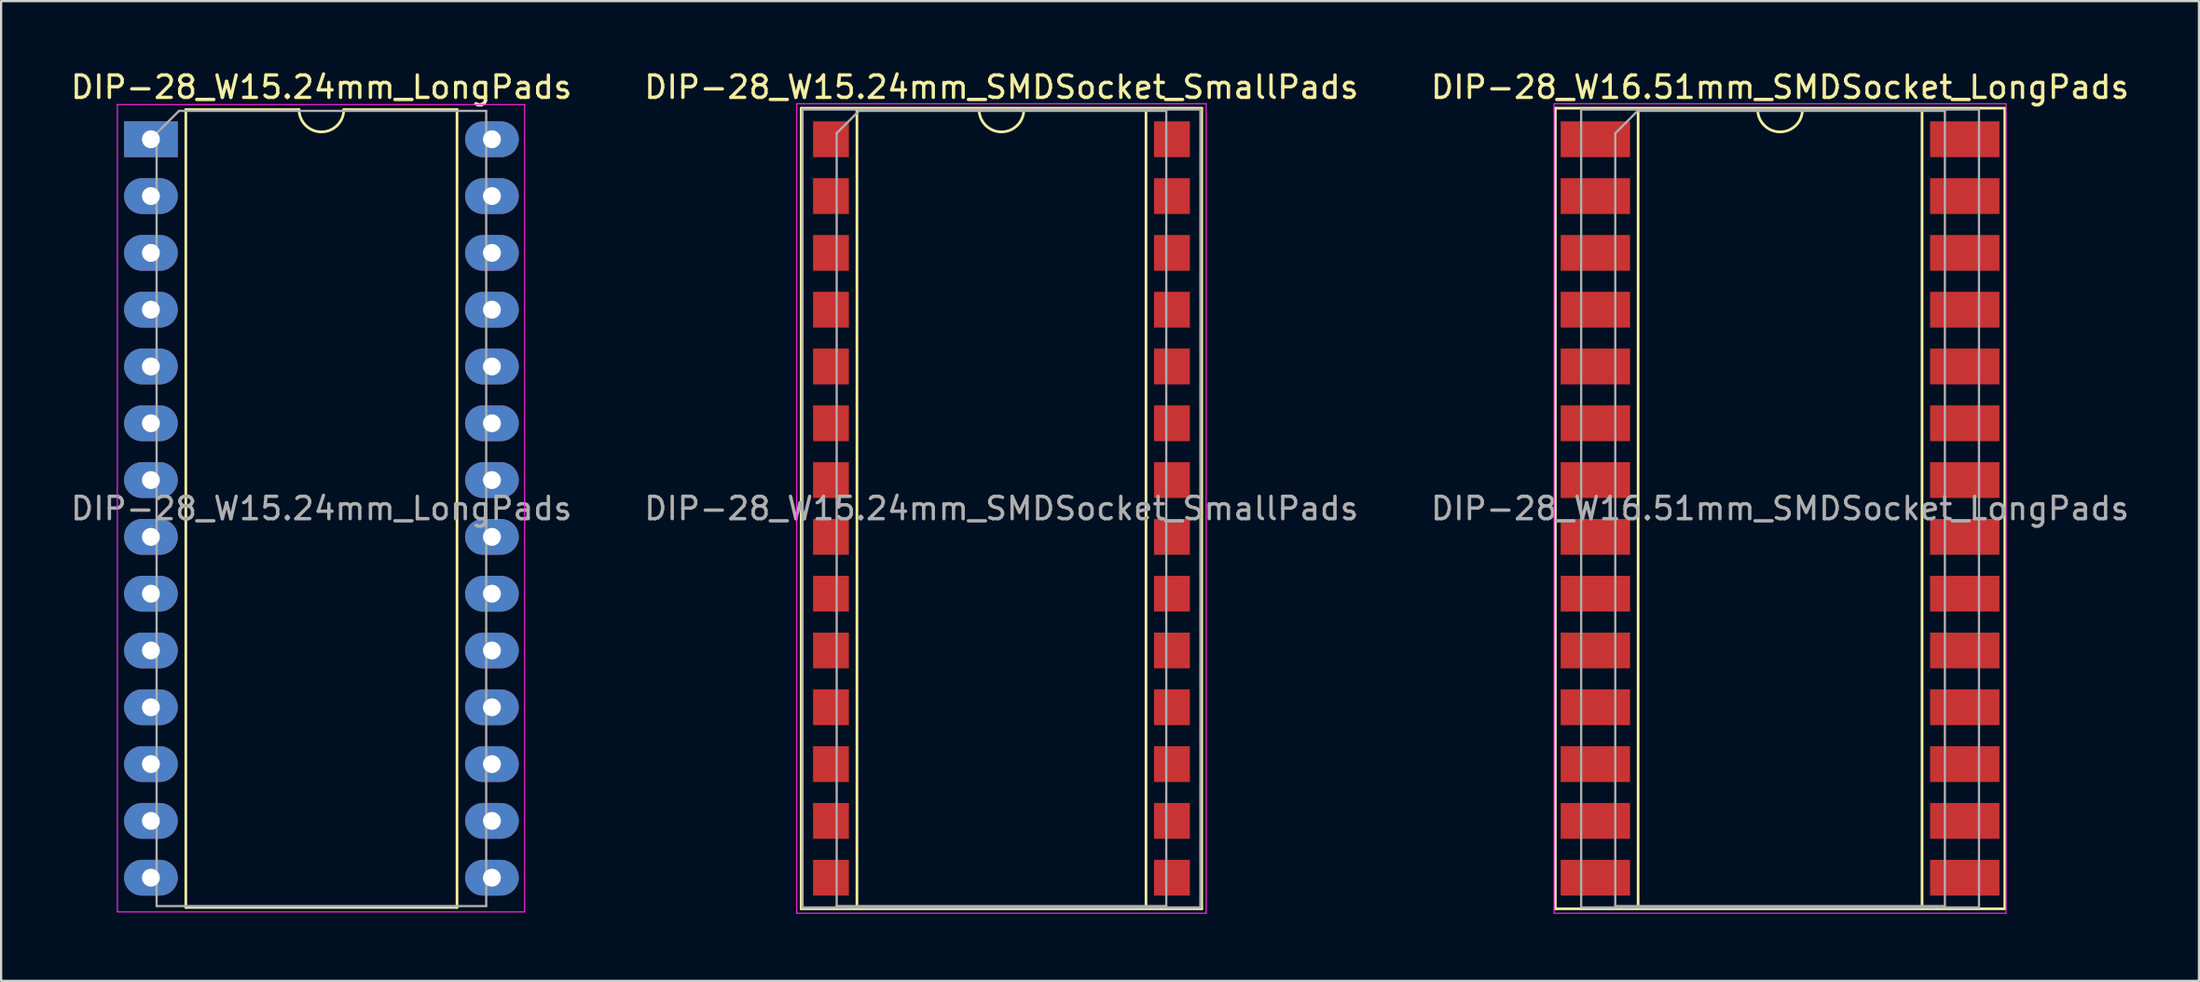
<source format=kicad_pcb>
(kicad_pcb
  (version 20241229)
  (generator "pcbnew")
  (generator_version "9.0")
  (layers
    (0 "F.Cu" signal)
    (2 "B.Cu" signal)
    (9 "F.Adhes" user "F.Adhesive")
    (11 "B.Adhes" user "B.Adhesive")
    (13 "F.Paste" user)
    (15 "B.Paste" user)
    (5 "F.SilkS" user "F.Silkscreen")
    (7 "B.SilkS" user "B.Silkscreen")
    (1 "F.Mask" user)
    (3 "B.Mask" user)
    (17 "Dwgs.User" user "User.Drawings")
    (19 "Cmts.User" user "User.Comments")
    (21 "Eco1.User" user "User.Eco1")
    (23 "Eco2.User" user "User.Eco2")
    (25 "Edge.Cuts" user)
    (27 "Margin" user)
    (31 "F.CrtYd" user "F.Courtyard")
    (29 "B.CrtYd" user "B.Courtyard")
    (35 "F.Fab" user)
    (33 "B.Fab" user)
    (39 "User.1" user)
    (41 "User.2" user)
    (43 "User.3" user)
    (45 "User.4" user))
  (footprint "DIP-28_W16.51mm_SMDSocket_LongPads"
    (layer "F.Cu")
    (at 76.506 19.688)
    (property "Reference" "DIP-28_W16.51mm_SMDSocket_LongPads" (at 0 -18.84 0) (layer "F.SilkS") (effects (font (size 1 1) (thickness 0.15))))
    (attr smd)
    (fp_line (start -10.045 -17.9) (end -10.045 17.9) (stroke (width 0.12) (type solid)) (layer "F.SilkS"))
    (fp_line (start -10.045 17.9) (end 10.045 17.9) (stroke (width 0.12) (type solid)) (layer "F.SilkS"))
    (fp_line (start -6.345 -17.84) (end -6.345 17.84) (stroke (width 0.12) (type solid)) (layer "F.SilkS"))
    (fp_line (start -6.345 17.84) (end 6.345 17.84) (stroke (width 0.12) (type solid)) (layer "F.SilkS"))
    (fp_line (start -1 -17.84) (end -6.345 -17.84) (stroke (width 0.12) (type solid)) (layer "F.SilkS"))
    (fp_line (start 6.345 -17.84) (end 1 -17.84) (stroke (width 0.12) (type solid)) (layer "F.SilkS"))
    (fp_line (start 6.345 17.84) (end 6.345 -17.84) (stroke (width 0.12) (type solid)) (layer "F.SilkS"))
    (fp_line (start 10.045 -17.9) (end -10.045 -17.9) (stroke (width 0.12) (type solid)) (layer "F.SilkS"))
    (fp_line (start 10.045 17.9) (end 10.045 -17.9) (stroke (width 0.12) (type solid)) (layer "F.SilkS"))
    (fp_arc (start 1 -17.84) (mid 0 -16.84) (end -1 -17.84) (stroke (width 0.12) (type solid)) (layer "F.SilkS"))
    (fp_line (start -10.1 -18.1) (end -10.1 18.1) (stroke (width 0.05) (type solid)) (layer "F.CrtYd"))
    (fp_line (start -10.1 18.1) (end 10.1 18.1) (stroke (width 0.05) (type solid)) (layer "F.CrtYd"))
    (fp_line (start 10.1 -18.1) (end -10.1 -18.1) (stroke (width 0.05) (type solid)) (layer "F.CrtYd"))
    (fp_line (start 10.1 18.1) (end 10.1 -18.1) (stroke (width 0.05) (type solid)) (layer "F.CrtYd"))
    (fp_line (start -8.89 -17.84) (end -8.89 17.84) (stroke (width 0.1) (type solid)) (layer "F.Fab"))
    (fp_line (start -8.89 17.84) (end 8.89 17.84) (stroke (width 0.1) (type solid)) (layer "F.Fab"))
    (fp_line (start -7.365 -16.78) (end -6.365 -17.78) (stroke (width 0.1) (type solid)) (layer "F.Fab"))
    (fp_line (start -7.365 17.78) (end -7.365 -16.78) (stroke (width 0.1) (type solid)) (layer "F.Fab"))
    (fp_line (start -6.365 -17.78) (end 7.365 -17.78) (stroke (width 0.1) (type solid)) (layer "F.Fab"))
    (fp_line (start 7.365 -17.78) (end 7.365 17.78) (stroke (width 0.1) (type solid)) (layer "F.Fab"))
    (fp_line (start 7.365 17.78) (end -7.365 17.78) (stroke (width 0.1) (type solid)) (layer "F.Fab"))
    (fp_line (start 8.89 -17.84) (end -8.89 -17.84) (stroke (width 0.1) (type solid)) (layer "F.Fab"))
    (fp_line (start 8.89 17.84) (end 8.89 -17.84) (stroke (width 0.1) (type solid)) (layer "F.Fab"))
    (fp_text user "${REFERENCE}" (at 0 0 0) (layer "F.Fab") (effects (font (size 1 1) (thickness 0.15))))
    (pad "1" smd rect (at -8.255 -16.51) (size 3.1 1.6) (layers "F.Cu" "F.Mask" "F.Paste"))
    (pad "2" smd rect (at -8.255 -13.97) (size 3.1 1.6) (layers "F.Cu" "F.Mask" "F.Paste"))
    (pad "3" smd rect (at -8.255 -11.43) (size 3.1 1.6) (layers "F.Cu" "F.Mask" "F.Paste"))
    (pad "4" smd rect (at -8.255 -8.89) (size 3.1 1.6) (layers "F.Cu" "F.Mask" "F.Paste"))
    (pad "5" smd rect (at -8.255 -6.35) (size 3.1 1.6) (layers "F.Cu" "F.Mask" "F.Paste"))
    (pad "6" smd rect (at -8.255 -3.81) (size 3.1 1.6) (layers "F.Cu" "F.Mask" "F.Paste"))
    (pad "7" smd rect (at -8.255 -1.27) (size 3.1 1.6) (layers "F.Cu" "F.Mask" "F.Paste"))
    (pad "8" smd rect (at -8.255 1.27) (size 3.1 1.6) (layers "F.Cu" "F.Mask" "F.Paste"))
    (pad "9" smd rect (at -8.255 3.81) (size 3.1 1.6) (layers "F.Cu" "F.Mask" "F.Paste"))
    (pad "10" smd rect (at -8.255 6.35) (size 3.1 1.6) (layers "F.Cu" "F.Mask" "F.Paste"))
    (pad "11" smd rect (at -8.255 8.89) (size 3.1 1.6) (layers "F.Cu" "F.Mask" "F.Paste"))
    (pad "12" smd rect (at -8.255 11.43) (size 3.1 1.6) (layers "F.Cu" "F.Mask" "F.Paste"))
    (pad "13" smd rect (at -8.255 13.97) (size 3.1 1.6) (layers "F.Cu" "F.Mask" "F.Paste"))
    (pad "14" smd rect (at -8.255 16.51) (size 3.1 1.6) (layers "F.Cu" "F.Mask" "F.Paste"))
    (pad "15" smd rect (at 8.255 16.51) (size 3.1 1.6) (layers "F.Cu" "F.Mask" "F.Paste"))
    (pad "16" smd rect (at 8.255 13.97) (size 3.1 1.6) (layers "F.Cu" "F.Mask" "F.Paste"))
    (pad "17" smd rect (at 8.255 11.43) (size 3.1 1.6) (layers "F.Cu" "F.Mask" "F.Paste"))
    (pad "18" smd rect (at 8.255 8.89) (size 3.1 1.6) (layers "F.Cu" "F.Mask" "F.Paste"))
    (pad "19" smd rect (at 8.255 6.35) (size 3.1 1.6) (layers "F.Cu" "F.Mask" "F.Paste"))
    (pad "20" smd rect (at 8.255 3.81) (size 3.1 1.6) (layers "F.Cu" "F.Mask" "F.Paste"))
    (pad "21" smd rect (at 8.255 1.27) (size 3.1 1.6) (layers "F.Cu" "F.Mask" "F.Paste"))
    (pad "22" smd rect (at 8.255 -1.27) (size 3.1 1.6) (layers "F.Cu" "F.Mask" "F.Paste"))
    (pad "23" smd rect (at 8.255 -3.81) (size 3.1 1.6) (layers "F.Cu" "F.Mask" "F.Paste"))
    (pad "24" smd rect (at 8.255 -6.35) (size 3.1 1.6) (layers "F.Cu" "F.Mask" "F.Paste"))
    (pad "25" smd rect (at 8.255 -8.89) (size 3.1 1.6) (layers "F.Cu" "F.Mask" "F.Paste"))
    (pad "26" smd rect (at 8.255 -11.43) (size 3.1 1.6) (layers "F.Cu" "F.Mask" "F.Paste"))
    (pad "27" smd rect (at 8.255 -13.97) (size 3.1 1.6) (layers "F.Cu" "F.Mask" "F.Paste"))
    (pad "28" smd rect (at 8.255 -16.51) (size 3.1 1.6) (layers "F.Cu" "F.Mask" "F.Paste")))
  (footprint "DIP-28_W15.24mm_LongPads"
    (layer "F.Cu")
    (at 3.695 3.178)
    (property "Reference" "DIP-28_W15.24mm_LongPads" (at 7.62 -2.33 0) (layer "F.SilkS") (effects (font (size 1 1) (thickness 0.15))))
    (attr through_hole)
    (fp_line (start 1.56 -1.33) (end 1.56 34.35) (stroke (width 0.12) (type solid)) (layer "F.SilkS"))
    (fp_line (start 1.56 34.35) (end 13.68 34.35) (stroke (width 0.12) (type solid)) (layer "F.SilkS"))
    (fp_line (start 6.62 -1.33) (end 1.56 -1.33) (stroke (width 0.12) (type solid)) (layer "F.SilkS"))
    (fp_line (start 13.68 -1.33) (end 8.62 -1.33) (stroke (width 0.12) (type solid)) (layer "F.SilkS"))
    (fp_line (start 13.68 34.35) (end 13.68 -1.33) (stroke (width 0.12) (type solid)) (layer "F.SilkS"))
    (fp_arc (start 8.62 -1.33) (mid 7.62 -0.33) (end 6.62 -1.33) (stroke (width 0.12) (type solid)) (layer "F.SilkS"))
    (fp_line (start -1.5 -1.55) (end -1.5 34.55) (stroke (width 0.05) (type solid)) (layer "F.CrtYd"))
    (fp_line (start -1.5 34.55) (end 16.7 34.55) (stroke (width 0.05) (type solid)) (layer "F.CrtYd"))
    (fp_line (start 16.7 -1.55) (end -1.5 -1.55) (stroke (width 0.05) (type solid)) (layer "F.CrtYd"))
    (fp_line (start 16.7 34.55) (end 16.7 -1.55) (stroke (width 0.05) (type solid)) (layer "F.CrtYd"))
    (fp_line (start 0.255 -0.27) (end 1.255 -1.27) (stroke (width 0.1) (type solid)) (layer "F.Fab"))
    (fp_line (start 0.255 34.29) (end 0.255 -0.27) (stroke (width 0.1) (type solid)) (layer "F.Fab"))
    (fp_line (start 1.255 -1.27) (end 14.985 -1.27) (stroke (width 0.1) (type solid)) (layer "F.Fab"))
    (fp_line (start 14.985 -1.27) (end 14.985 34.29) (stroke (width 0.1) (type solid)) (layer "F.Fab"))
    (fp_line (start 14.985 34.29) (end 0.255 34.29) (stroke (width 0.1) (type solid)) (layer "F.Fab"))
    (fp_text user "${REFERENCE}" (at 7.62 16.51 0) (layer "F.Fab") (effects (font (size 1 1) (thickness 0.15))))
    (pad "1" thru_hole rect (at 0 0) (size 2.4 1.6) (drill 0.8) (layers "*.Cu" "*.Mask"))
    (pad "2" thru_hole oval (at 0 2.54) (size 2.4 1.6) (drill 0.8) (layers "*.Cu" "*.Mask"))
    (pad "3" thru_hole oval (at 0 5.08) (size 2.4 1.6) (drill 0.8) (layers "*.Cu" "*.Mask"))
    (pad "4" thru_hole oval (at 0 7.62) (size 2.4 1.6) (drill 0.8) (layers "*.Cu" "*.Mask"))
    (pad "5" thru_hole oval (at 0 10.16) (size 2.4 1.6) (drill 0.8) (layers "*.Cu" "*.Mask"))
    (pad "6" thru_hole oval (at 0 12.7) (size 2.4 1.6) (drill 0.8) (layers "*.Cu" "*.Mask"))
    (pad "7" thru_hole oval (at 0 15.24) (size 2.4 1.6) (drill 0.8) (layers "*.Cu" "*.Mask"))
    (pad "8" thru_hole oval (at 0 17.78) (size 2.4 1.6) (drill 0.8) (layers "*.Cu" "*.Mask"))
    (pad "9" thru_hole oval (at 0 20.32) (size 2.4 1.6) (drill 0.8) (layers "*.Cu" "*.Mask"))
    (pad "10" thru_hole oval (at 0 22.86) (size 2.4 1.6) (drill 0.8) (layers "*.Cu" "*.Mask"))
    (pad "11" thru_hole oval (at 0 25.4) (size 2.4 1.6) (drill 0.8) (layers "*.Cu" "*.Mask"))
    (pad "12" thru_hole oval (at 0 27.94) (size 2.4 1.6) (drill 0.8) (layers "*.Cu" "*.Mask"))
    (pad "13" thru_hole oval (at 0 30.48) (size 2.4 1.6) (drill 0.8) (layers "*.Cu" "*.Mask"))
    (pad "14" thru_hole oval (at 0 33.02) (size 2.4 1.6) (drill 0.8) (layers "*.Cu" "*.Mask"))
    (pad "15" thru_hole oval (at 15.24 33.02) (size 2.4 1.6) (drill 0.8) (layers "*.Cu" "*.Mask"))
    (pad "16" thru_hole oval (at 15.24 30.48) (size 2.4 1.6) (drill 0.8) (layers "*.Cu" "*.Mask"))
    (pad "17" thru_hole oval (at 15.24 27.94) (size 2.4 1.6) (drill 0.8) (layers "*.Cu" "*.Mask"))
    (pad "18" thru_hole oval (at 15.24 25.4) (size 2.4 1.6) (drill 0.8) (layers "*.Cu" "*.Mask"))
    (pad "19" thru_hole oval (at 15.24 22.86) (size 2.4 1.6) (drill 0.8) (layers "*.Cu" "*.Mask"))
    (pad "20" thru_hole oval (at 15.24 20.32) (size 2.4 1.6) (drill 0.8) (layers "*.Cu" "*.Mask"))
    (pad "21" thru_hole oval (at 15.24 17.78) (size 2.4 1.6) (drill 0.8) (layers "*.Cu" "*.Mask"))
    (pad "22" thru_hole oval (at 15.24 15.24) (size 2.4 1.6) (drill 0.8) (layers "*.Cu" "*.Mask"))
    (pad "23" thru_hole oval (at 15.24 12.7) (size 2.4 1.6) (drill 0.8) (layers "*.Cu" "*.Mask"))
    (pad "24" thru_hole oval (at 15.24 10.16) (size 2.4 1.6) (drill 0.8) (layers "*.Cu" "*.Mask"))
    (pad "25" thru_hole oval (at 15.24 7.62) (size 2.4 1.6) (drill 0.8) (layers "*.Cu" "*.Mask"))
    (pad "26" thru_hole oval (at 15.24 5.08) (size 2.4 1.6) (drill 0.8) (layers "*.Cu" "*.Mask"))
    (pad "27" thru_hole oval (at 15.24 2.54) (size 2.4 1.6) (drill 0.8) (layers "*.Cu" "*.Mask"))
    (pad "28" thru_hole oval (at 15.24 0) (size 2.4 1.6) (drill 0.8) (layers "*.Cu" "*.Mask")))
  (footprint "DIP-28_W15.24mm_SMDSocket_SmallPads"
    (layer "F.Cu")
    (at 41.708 19.688)
    (property "Reference" "DIP-28_W15.24mm_SMDSocket_SmallPads" (at 0 -18.84 0) (layer "F.SilkS") (effects (font (size 1 1) (thickness 0.15))))
    (attr smd)
    (fp_line (start -8.95 -17.9) (end -8.95 17.9) (stroke (width 0.12) (type solid)) (layer "F.SilkS"))
    (fp_line (start -8.95 17.9) (end 8.95 17.9) (stroke (width 0.12) (type solid)) (layer "F.SilkS"))
    (fp_line (start -6.46 -17.84) (end -6.46 17.84) (stroke (width 0.12) (type solid)) (layer "F.SilkS"))
    (fp_line (start -6.46 17.84) (end 6.46 17.84) (stroke (width 0.12) (type solid)) (layer "F.SilkS"))
    (fp_line (start -1 -17.84) (end -6.46 -17.84) (stroke (width 0.12) (type solid)) (layer "F.SilkS"))
    (fp_line (start 6.46 -17.84) (end 1 -17.84) (stroke (width 0.12) (type solid)) (layer "F.SilkS"))
    (fp_line (start 6.46 17.84) (end 6.46 -17.84) (stroke (width 0.12) (type solid)) (layer "F.SilkS"))
    (fp_line (start 8.95 -17.9) (end -8.95 -17.9) (stroke (width 0.12) (type solid)) (layer "F.SilkS"))
    (fp_line (start 8.95 17.9) (end 8.95 -17.9) (stroke (width 0.12) (type solid)) (layer "F.SilkS"))
    (fp_arc (start 1 -17.84) (mid 0 -16.84) (end -1 -17.84) (stroke (width 0.12) (type solid)) (layer "F.SilkS"))
    (fp_line (start -9.15 -18.1) (end -9.15 18.1) (stroke (width 0.05) (type solid)) (layer "F.CrtYd"))
    (fp_line (start -9.15 18.1) (end 9.15 18.1) (stroke (width 0.05) (type solid)) (layer "F.CrtYd"))
    (fp_line (start 9.15 -18.1) (end -9.15 -18.1) (stroke (width 0.05) (type solid)) (layer "F.CrtYd"))
    (fp_line (start 9.15 18.1) (end 9.15 -18.1) (stroke (width 0.05) (type solid)) (layer "F.CrtYd"))
    (fp_line (start -8.89 -17.84) (end -8.89 17.84) (stroke (width 0.1) (type solid)) (layer "F.Fab"))
    (fp_line (start -8.89 17.84) (end 8.89 17.84) (stroke (width 0.1) (type solid)) (layer "F.Fab"))
    (fp_line (start -7.365 -16.78) (end -6.365 -17.78) (stroke (width 0.1) (type solid)) (layer "F.Fab"))
    (fp_line (start -7.365 17.78) (end -7.365 -16.78) (stroke (width 0.1) (type solid)) (layer "F.Fab"))
    (fp_line (start -6.365 -17.78) (end 7.365 -17.78) (stroke (width 0.1) (type solid)) (layer "F.Fab"))
    (fp_line (start 7.365 -17.78) (end 7.365 17.78) (stroke (width 0.1) (type solid)) (layer "F.Fab"))
    (fp_line (start 7.365 17.78) (end -7.365 17.78) (stroke (width 0.1) (type solid)) (layer "F.Fab"))
    (fp_line (start 8.89 -17.84) (end -8.89 -17.84) (stroke (width 0.1) (type solid)) (layer "F.Fab"))
    (fp_line (start 8.89 17.84) (end 8.89 -17.84) (stroke (width 0.1) (type solid)) (layer "F.Fab"))
    (fp_text user "${REFERENCE}" (at 0 0 0) (layer "F.Fab") (effects (font (size 1 1) (thickness 0.15))))
    (pad "1" smd rect (at -7.62 -16.51) (size 1.6 1.6) (layers "F.Cu" "F.Mask" "F.Paste"))
    (pad "2" smd rect (at -7.62 -13.97) (size 1.6 1.6) (layers "F.Cu" "F.Mask" "F.Paste"))
    (pad "3" smd rect (at -7.62 -11.43) (size 1.6 1.6) (layers "F.Cu" "F.Mask" "F.Paste"))
    (pad "4" smd rect (at -7.62 -8.89) (size 1.6 1.6) (layers "F.Cu" "F.Mask" "F.Paste"))
    (pad "5" smd rect (at -7.62 -6.35) (size 1.6 1.6) (layers "F.Cu" "F.Mask" "F.Paste"))
    (pad "6" smd rect (at -7.62 -3.81) (size 1.6 1.6) (layers "F.Cu" "F.Mask" "F.Paste"))
    (pad "7" smd rect (at -7.62 -1.27) (size 1.6 1.6) (layers "F.Cu" "F.Mask" "F.Paste"))
    (pad "8" smd rect (at -7.62 1.27) (size 1.6 1.6) (layers "F.Cu" "F.Mask" "F.Paste"))
    (pad "9" smd rect (at -7.62 3.81) (size 1.6 1.6) (layers "F.Cu" "F.Mask" "F.Paste"))
    (pad "10" smd rect (at -7.62 6.35) (size 1.6 1.6) (layers "F.Cu" "F.Mask" "F.Paste"))
    (pad "11" smd rect (at -7.62 8.89) (size 1.6 1.6) (layers "F.Cu" "F.Mask" "F.Paste"))
    (pad "12" smd rect (at -7.62 11.43) (size 1.6 1.6) (layers "F.Cu" "F.Mask" "F.Paste"))
    (pad "13" smd rect (at -7.62 13.97) (size 1.6 1.6) (layers "F.Cu" "F.Mask" "F.Paste"))
    (pad "14" smd rect (at -7.62 16.51) (size 1.6 1.6) (layers "F.Cu" "F.Mask" "F.Paste"))
    (pad "15" smd rect (at 7.62 16.51) (size 1.6 1.6) (layers "F.Cu" "F.Mask" "F.Paste"))
    (pad "16" smd rect (at 7.62 13.97) (size 1.6 1.6) (layers "F.Cu" "F.Mask" "F.Paste"))
    (pad "17" smd rect (at 7.62 11.43) (size 1.6 1.6) (layers "F.Cu" "F.Mask" "F.Paste"))
    (pad "18" smd rect (at 7.62 8.89) (size 1.6 1.6) (layers "F.Cu" "F.Mask" "F.Paste"))
    (pad "19" smd rect (at 7.62 6.35) (size 1.6 1.6) (layers "F.Cu" "F.Mask" "F.Paste"))
    (pad "20" smd rect (at 7.62 3.81) (size 1.6 1.6) (layers "F.Cu" "F.Mask" "F.Paste"))
    (pad "21" smd rect (at 7.62 1.27) (size 1.6 1.6) (layers "F.Cu" "F.Mask" "F.Paste"))
    (pad "22" smd rect (at 7.62 -1.27) (size 1.6 1.6) (layers "F.Cu" "F.Mask" "F.Paste"))
    (pad "23" smd rect (at 7.62 -3.81) (size 1.6 1.6) (layers "F.Cu" "F.Mask" "F.Paste"))
    (pad "24" smd rect (at 7.62 -6.35) (size 1.6 1.6) (layers "F.Cu" "F.Mask" "F.Paste"))
    (pad "25" smd rect (at 7.62 -8.89) (size 1.6 1.6) (layers "F.Cu" "F.Mask" "F.Paste"))
    (pad "26" smd rect (at 7.62 -11.43) (size 1.6 1.6) (layers "F.Cu" "F.Mask" "F.Paste"))
    (pad "27" smd rect (at 7.62 -13.97) (size 1.6 1.6) (layers "F.Cu" "F.Mask" "F.Paste"))
    (pad "28" smd rect (at 7.62 -16.51) (size 1.6 1.6) (layers "F.Cu" "F.Mask" "F.Paste")))
  (gr_rect
    (start -3 -3)
    (end 95.226 40.813)
    (stroke (width 0.1) (type default))
    (fill no)
    (layer "Edge.Cuts")))
</source>
